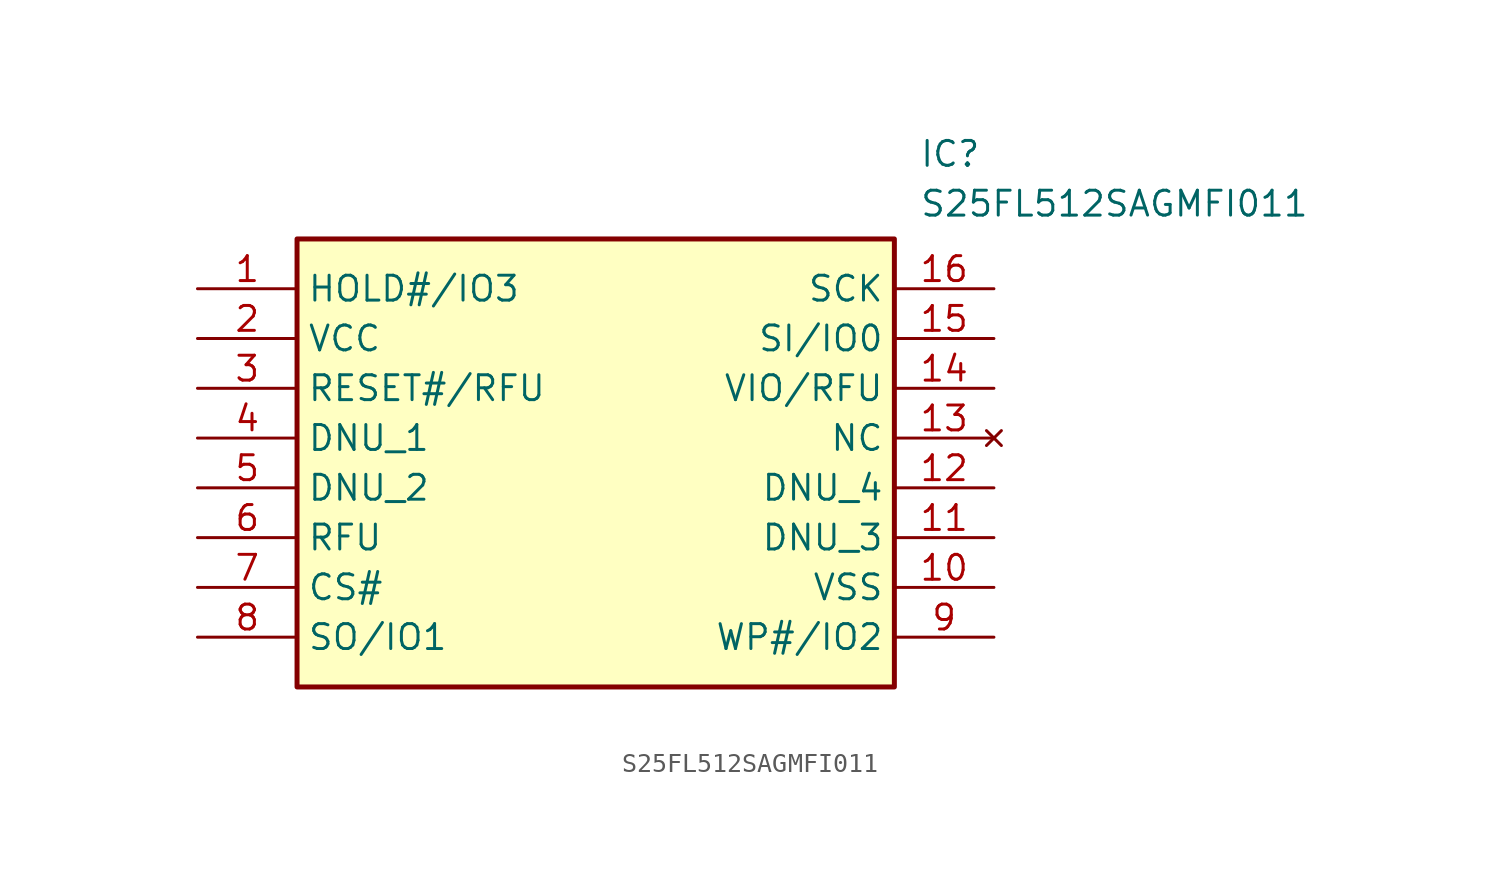
<source format=kicad_sym>
(kicad_symbol_lib
  (version 20211014)
  (generator SamacSys_ECAD_Model)
  (symbol "S25FL512SAGMFI011"
    (property "Reference" "IC"
      (at 36.83 7.62 0)
      (effects (font (size 1.27 1.27)) (justify left top)))
    (property "Value" "S25FL512SAGMFI011"
      (at 36.83 5.08 0)
      (effects (font (size 1.27 1.27)) (justify left top)))
    (rectangle
      (start 5.08 2.54)
      (end 35.56 -20.32)
      (stroke (width 0.254) (type default))
      (fill (type background)))
    (pin passive line
      (at 0 0 0)
      (length 5.08)
      (name "HOLD#/IO3" (effects (font (size 1.27 1.27))))
      (number "1" (effects (font (size 1.27 1.27)))))
    (pin passive line
      (at 0 -2.54 0)
      (length 5.08)
      (name "VCC" (effects (font (size 1.27 1.27))))
      (number "2" (effects (font (size 1.27 1.27)))))
    (pin passive line
      (at 0 -5.08 0)
      (length 5.08)
      (name "RESET#/RFU" (effects (font (size 1.27 1.27))))
      (number "3" (effects (font (size 1.27 1.27)))))
    (pin passive line
      (at 0 -7.62 0)
      (length 5.08)
      (name "DNU_1" (effects (font (size 1.27 1.27))))
      (number "4" (effects (font (size 1.27 1.27)))))
    (pin passive line
      (at 0 -10.16 0)
      (length 5.08)
      (name "DNU_2" (effects (font (size 1.27 1.27))))
      (number "5" (effects (font (size 1.27 1.27)))))
    (pin passive line
      (at 0 -12.7 0)
      (length 5.08)
      (name "RFU" (effects (font (size 1.27 1.27))))
      (number "6" (effects (font (size 1.27 1.27)))))
    (pin passive line
      (at 0 -15.24 0)
      (length 5.08)
      (name "CS#" (effects (font (size 1.27 1.27))))
      (number "7" (effects (font (size 1.27 1.27)))))
    (pin passive line
      (at 0 -17.78 0)
      (length 5.08)
      (name "SO/IO1" (effects (font (size 1.27 1.27))))
      (number "8" (effects (font (size 1.27 1.27)))))
    (pin passive line
      (at 40.64 0 180)
      (length 5.08)
      (name "SCK" (effects (font (size 1.27 1.27))))
      (number "16" (effects (font (size 1.27 1.27)))))
    (pin passive line
      (at 40.64 -2.54 180)
      (length 5.08)
      (name "SI/IO0" (effects (font (size 1.27 1.27))))
      (number "15" (effects (font (size 1.27 1.27)))))
    (pin passive line
      (at 40.64 -5.08 180)
      (length 5.08)
      (name "VIO/RFU" (effects (font (size 1.27 1.27))))
      (number "14" (effects (font (size 1.27 1.27)))))
    (pin no_connect line
      (at 40.64 -7.62 180)
      (length 5.08)
      (name "NC" (effects (font (size 1.27 1.27))))
      (number "13" (effects (font (size 1.27 1.27)))))
    (pin passive line
      (at 40.64 -10.16 180)
      (length 5.08)
      (name "DNU_4" (effects (font (size 1.27 1.27))))
      (number "12" (effects (font (size 1.27 1.27)))))
    (pin passive line
      (at 40.64 -12.7 180)
      (length 5.08)
      (name "DNU_3" (effects (font (size 1.27 1.27))))
      (number "11" (effects (font (size 1.27 1.27)))))
    (pin passive line
      (at 40.64 -15.24 180)
      (length 5.08)
      (name "VSS" (effects (font (size 1.27 1.27))))
      (number "10" (effects (font (size 1.27 1.27)))))
    (pin passive line
      (at 40.64 -17.78 180)
      (length 5.08)
      (name "WP#/IO2" (effects (font (size 1.27 1.27))))
      (number "9" (effects (font (size 1.27 1.27)))))))
</source>
